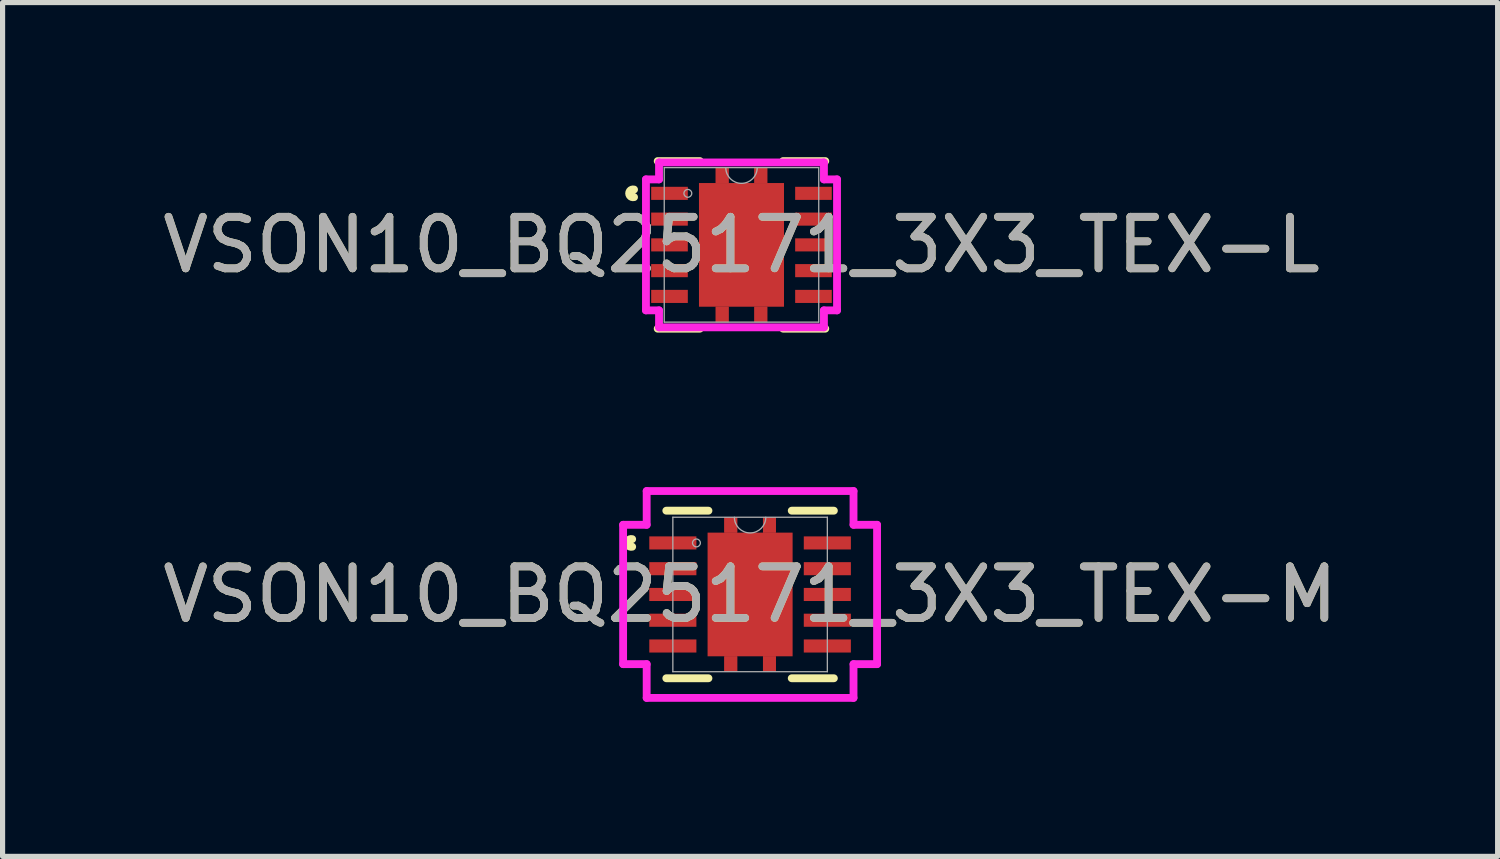
<source format=kicad_pcb>
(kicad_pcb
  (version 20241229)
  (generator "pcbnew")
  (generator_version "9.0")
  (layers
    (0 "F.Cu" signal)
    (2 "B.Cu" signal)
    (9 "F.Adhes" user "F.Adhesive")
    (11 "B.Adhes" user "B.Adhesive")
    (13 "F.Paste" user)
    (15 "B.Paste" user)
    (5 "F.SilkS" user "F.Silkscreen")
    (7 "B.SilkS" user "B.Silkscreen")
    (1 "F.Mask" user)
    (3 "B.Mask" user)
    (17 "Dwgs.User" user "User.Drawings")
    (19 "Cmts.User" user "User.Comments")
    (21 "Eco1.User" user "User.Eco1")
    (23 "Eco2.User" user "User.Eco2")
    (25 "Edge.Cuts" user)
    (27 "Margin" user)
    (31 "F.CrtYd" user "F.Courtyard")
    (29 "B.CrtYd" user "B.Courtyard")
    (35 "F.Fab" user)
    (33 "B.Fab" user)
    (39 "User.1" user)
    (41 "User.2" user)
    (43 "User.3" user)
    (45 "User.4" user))
  (footprint "VSON10_BQ25171_3X3_TEX-M"
    (layer "F.Cu")
    (at 11.506 8.486)
    (property "Reference" "VSON10_BQ25171_3X3_TEX-M" (at 0 0 0) (unlocked yes) (layer "F.SilkS") (effects (font (size 1 1) (thickness 0.15))))
    (attr smd)
    (fp_poly (pts (xy -0.5 -1.2) (xy -0.5 -1.5) (xy -0.25 -1.5) (xy -0.25 -1.2)) (stroke (width 0) (type solid)) (fill yes) (layer "F.Cu"))
    (fp_poly (pts (xy -0.5 -1.2) (xy -0.5 -1.5) (xy -0.25 -1.5) (xy -0.25 -1.2)) (stroke (width 0) (type solid)) (fill yes) (layer "F.Cu"))
    (fp_poly (pts (xy -0.5 1.2) (xy -0.5 1.5) (xy -0.25 1.5) (xy -0.25 1.2)) (stroke (width 0) (type solid)) (fill yes) (layer "F.Cu"))
    (fp_poly (pts (xy -0.5 1.2) (xy -0.5 1.5) (xy -0.25 1.5) (xy -0.25 1.2)) (stroke (width 0) (type solid)) (fill yes) (layer "F.Cu"))
    (fp_poly (pts (xy 0.5 -1.2) (xy 0.5 -1.5) (xy 0.25 -1.5) (xy 0.25 -1.2)) (stroke (width 0) (type solid)) (fill yes) (layer "F.Cu"))
    (fp_poly (pts (xy 0.5 -1.2) (xy 0.5 -1.5) (xy 0.25 -1.5) (xy 0.25 -1.2)) (stroke (width 0) (type solid)) (fill yes) (layer "F.Cu"))
    (fp_poly (pts (xy 0.5 1.2) (xy 0.5 1.5) (xy 0.25 1.5) (xy 0.25 1.2)) (stroke (width 0) (type solid)) (fill yes) (layer "F.Cu"))
    (fp_poly (pts (xy 0.5 1.2) (xy 0.5 1.5) (xy 0.25 1.5) (xy 0.25 1.2)) (stroke (width 0) (type solid)) (fill yes) (layer "F.Cu"))
    (fp_poly (pts (xy -0.5 -1.2) (xy -0.5 -1.5) (xy -0.25 -1.5) (xy -0.25 -1.2)) (stroke (width 0) (type solid)) (fill yes) (layer "F.Mask"))
    (fp_poly (pts (xy -0.5 -1.2) (xy -0.5 -1.5) (xy -0.25 -1.5) (xy -0.25 -1.2)) (stroke (width 0) (type solid)) (fill yes) (layer "F.Mask"))
    (fp_poly (pts (xy -0.5 1.2) (xy -0.5 1.5) (xy -0.25 1.5) (xy -0.25 1.2)) (stroke (width 0) (type solid)) (fill yes) (layer "F.Mask"))
    (fp_poly (pts (xy -0.5 1.2) (xy -0.5 1.5) (xy -0.25 1.5) (xy -0.25 1.2)) (stroke (width 0) (type solid)) (fill yes) (layer "F.Mask"))
    (fp_poly (pts (xy 0.5 -1.2) (xy 0.5 -1.5) (xy 0.25 -1.5) (xy 0.25 -1.2)) (stroke (width 0) (type solid)) (fill yes) (layer "F.Mask"))
    (fp_poly (pts (xy 0.5 -1.2) (xy 0.5 -1.5) (xy 0.25 -1.5) (xy 0.25 -1.2)) (stroke (width 0) (type solid)) (fill yes) (layer "F.Mask"))
    (fp_poly (pts (xy 0.5 1.2) (xy 0.5 1.5) (xy 0.25 1.5) (xy 0.25 1.2)) (stroke (width 0) (type solid)) (fill yes) (layer "F.Mask"))
    (fp_poly (pts (xy 0.5 1.2) (xy 0.5 1.5) (xy 0.25 1.5) (xy 0.25 1.2)) (stroke (width 0) (type solid)) (fill yes) (layer "F.Mask"))
    (fp_line (start -1.626 1.626) (end -0.808 1.626) (stroke (width 0.152) (type solid)) (layer "F.SilkS"))
    (fp_line (start -0.808 -1.626) (end -1.626 -1.626) (stroke (width 0.152) (type solid)) (layer "F.SilkS"))
    (fp_line (start 0.808 1.626) (end 1.626 1.626) (stroke (width 0.152) (type solid)) (layer "F.SilkS"))
    (fp_line (start 1.626 -1.626) (end 0.808 -1.626) (stroke (width 0.152) (type solid)) (layer "F.SilkS"))
    (fp_arc (start -2.28854 -0.926439) (mid -2.383663 -1.000252) (end -2.28854 -1.074065) (stroke (width 0.1524) (type solid)) (layer "F.SilkS"))
    (fp_poly (pts (xy -0.5 -1.2) (xy -0.5 -1.5) (xy -0.25 -1.5) (xy -0.25 -1.2)) (stroke (width 0) (type solid)) (fill yes) (layer "F.Paste"))
    (fp_poly (pts (xy -0.5 -1.2) (xy -0.5 -1.5) (xy -0.25 -1.5) (xy -0.25 -1.2)) (stroke (width 0) (type solid)) (fill yes) (layer "F.Paste"))
    (fp_poly (pts (xy -0.5 1.2) (xy -0.5 1.5) (xy -0.25 1.5) (xy -0.25 1.2)) (stroke (width 0) (type solid)) (fill yes) (layer "F.Paste"))
    (fp_poly (pts (xy -0.5 1.2) (xy -0.5 1.5) (xy -0.25 1.5) (xy -0.25 1.2)) (stroke (width 0) (type solid)) (fill yes) (layer "F.Paste"))
    (fp_poly (pts (xy 0.5 -1.2) (xy 0.5 -1.5) (xy 0.25 -1.5) (xy 0.25 -1.2)) (stroke (width 0) (type solid)) (fill yes) (layer "F.Paste"))
    (fp_poly (pts (xy 0.5 -1.2) (xy 0.5 -1.5) (xy 0.25 -1.5) (xy 0.25 -1.2)) (stroke (width 0) (type solid)) (fill yes) (layer "F.Paste"))
    (fp_poly (pts (xy 0.5 1.2) (xy 0.5 1.5) (xy 0.25 1.5) (xy 0.25 1.2)) (stroke (width 0) (type solid)) (fill yes) (layer "F.Paste"))
    (fp_poly (pts (xy 0.5 1.2) (xy 0.5 1.5) (xy 0.25 1.5) (xy 0.25 1.2)) (stroke (width 0) (type solid)) (fill yes) (layer "F.Paste"))
    (fp_line (start -2.464 -1.352) (end -2.007 -1.352) (stroke (width 0.152) (type solid)) (layer "F.CrtYd"))
    (fp_line (start -2.464 1.352) (end -2.464 -1.352) (stroke (width 0.152) (type solid)) (layer "F.CrtYd"))
    (fp_line (start -2.464 1.352) (end -2.007 1.352) (stroke (width 0.152) (type solid)) (layer "F.CrtYd"))
    (fp_line (start -2.007 -2.007) (end 2.007 -2.007) (stroke (width 0.152) (type solid)) (layer "F.CrtYd"))
    (fp_line (start -2.007 -1.352) (end -2.007 -2.007) (stroke (width 0.152) (type solid)) (layer "F.CrtYd"))
    (fp_line (start -2.007 2.007) (end -2.007 1.352) (stroke (width 0.152) (type solid)) (layer "F.CrtYd"))
    (fp_line (start 2.007 -2.007) (end 2.007 -1.352) (stroke (width 0.152) (type solid)) (layer "F.CrtYd"))
    (fp_line (start 2.007 1.352) (end 2.007 2.007) (stroke (width 0.152) (type solid)) (layer "F.CrtYd"))
    (fp_line (start 2.007 2.007) (end -2.007 2.007) (stroke (width 0.152) (type solid)) (layer "F.CrtYd"))
    (fp_line (start 2.464 -1.352) (end 2.007 -1.352) (stroke (width 0.152) (type solid)) (layer "F.CrtYd"))
    (fp_line (start 2.464 -1.352) (end 2.464 1.352) (stroke (width 0.152) (type solid)) (layer "F.CrtYd"))
    (fp_line (start 2.464 1.352) (end 2.007 1.352) (stroke (width 0.152) (type solid)) (layer "F.CrtYd"))
    (fp_line (start -1.499 -1.499) (end -1.499 1.499) (stroke (width 0.025) (type solid)) (layer "F.Fab"))
    (fp_line (start -1.499 1.499) (end 1.499 1.499) (stroke (width 0.025) (type solid)) (layer "F.Fab"))
    (fp_line (start 1.499 -1.499) (end -1.499 -1.499) (stroke (width 0.025) (type solid)) (layer "F.Fab"))
    (fp_line (start 1.499 1.499) (end 1.499 -1.499) (stroke (width 0.025) (type solid)) (layer "F.Fab"))
    (fp_arc (start 0.3048 -1.4986) (mid 0 -1.1938) (end -0.3048 -1.4986) (stroke (width 0.0254) (type solid)) (layer "F.Fab"))
    (fp_circle (center -1.041 -1) (end -0.965 -1) (stroke (width 0.025) (type solid)) (fill no) (layer "F.Fab"))
    (fp_text user "${REFERENCE}" (at 0 0 0) (unlocked yes) (layer "F.Fab") (effects (font (size 1 1) (thickness 0.15))))
    (pad "1" smd rect (at -1.499 -1) (size 0.914 0.254) (layers "F.Cu" "F.Mask" "F.Paste"))
    (pad "2" smd rect (at -1.499 -0.5) (size 0.914 0.254) (layers "F.Cu" "F.Mask" "F.Paste"))
    (pad "3" smd rect (at -1.499 0) (size 0.914 0.254) (layers "F.Cu" "F.Mask" "F.Paste"))
    (pad "4" smd rect (at -1.499 0.5) (size 0.914 0.254) (layers "F.Cu" "F.Mask" "F.Paste"))
    (pad "5" smd rect (at -1.499 1) (size 0.914 0.254) (layers "F.Cu" "F.Mask" "F.Paste"))
    (pad "6" smd rect (at 1.499 1) (size 0.914 0.254) (layers "F.Cu" "F.Mask" "F.Paste"))
    (pad "7" smd rect (at 1.499 0.5) (size 0.914 0.254) (layers "F.Cu" "F.Mask" "F.Paste"))
    (pad "8" smd rect (at 1.499 0) (size 0.914 0.254) (layers "F.Cu" "F.Mask" "F.Paste"))
    (pad "9" smd rect (at 1.499 -0.5) (size 0.914 0.254) (layers "F.Cu" "F.Mask" "F.Paste"))
    (pad "10" smd rect (at 1.499 -1) (size 0.914 0.254) (layers "F.Cu" "F.Mask" "F.Paste"))
    (pad "11" smd rect (at 0 0) (size 1.65 2.4) (layers "F.Cu" "F.Mask" "F.Paste")))
  (footprint "VSON10_BQ25171_3X3_TEX-L"
    (layer "F.Cu")
    (at 11.339 1.702)
    (property "Reference" "VSON10_BQ25171_3X3_TEX-L" (at 0 0 0) (unlocked yes) (layer "F.SilkS") (effects (font (size 1 1) (thickness 0.15))))
    (attr smd)
    (fp_poly (pts (xy -0.5 -1.2) (xy -0.5 -1.5) (xy -0.25 -1.5) (xy -0.25 -1.2)) (stroke (width 0) (type solid)) (fill yes) (layer "F.Cu"))
    (fp_poly (pts (xy -0.5 -1.2) (xy -0.5 -1.5) (xy -0.25 -1.5) (xy -0.25 -1.2)) (stroke (width 0) (type solid)) (fill yes) (layer "F.Cu"))
    (fp_poly (pts (xy -0.5 1.2) (xy -0.5 1.5) (xy -0.25 1.5) (xy -0.25 1.2)) (stroke (width 0) (type solid)) (fill yes) (layer "F.Cu"))
    (fp_poly (pts (xy -0.5 1.2) (xy -0.5 1.5) (xy -0.25 1.5) (xy -0.25 1.2)) (stroke (width 0) (type solid)) (fill yes) (layer "F.Cu"))
    (fp_poly (pts (xy 0.5 -1.2) (xy 0.5 -1.5) (xy 0.25 -1.5) (xy 0.25 -1.2)) (stroke (width 0) (type solid)) (fill yes) (layer "F.Cu"))
    (fp_poly (pts (xy 0.5 -1.2) (xy 0.5 -1.5) (xy 0.25 -1.5) (xy 0.25 -1.2)) (stroke (width 0) (type solid)) (fill yes) (layer "F.Cu"))
    (fp_poly (pts (xy 0.5 1.2) (xy 0.5 1.5) (xy 0.25 1.5) (xy 0.25 1.2)) (stroke (width 0) (type solid)) (fill yes) (layer "F.Cu"))
    (fp_poly (pts (xy 0.5 1.2) (xy 0.5 1.5) (xy 0.25 1.5) (xy 0.25 1.2)) (stroke (width 0) (type solid)) (fill yes) (layer "F.Cu"))
    (fp_poly (pts (xy -0.5 -1.2) (xy -0.5 -1.5) (xy -0.25 -1.5) (xy -0.25 -1.2)) (stroke (width 0) (type solid)) (fill yes) (layer "F.Mask"))
    (fp_poly (pts (xy -0.5 -1.2) (xy -0.5 -1.5) (xy -0.25 -1.5) (xy -0.25 -1.2)) (stroke (width 0) (type solid)) (fill yes) (layer "F.Mask"))
    (fp_poly (pts (xy -0.5 1.2) (xy -0.5 1.5) (xy -0.25 1.5) (xy -0.25 1.2)) (stroke (width 0) (type solid)) (fill yes) (layer "F.Mask"))
    (fp_poly (pts (xy -0.5 1.2) (xy -0.5 1.5) (xy -0.25 1.5) (xy -0.25 1.2)) (stroke (width 0) (type solid)) (fill yes) (layer "F.Mask"))
    (fp_poly (pts (xy 0.5 -1.2) (xy 0.5 -1.5) (xy 0.25 -1.5) (xy 0.25 -1.2)) (stroke (width 0) (type solid)) (fill yes) (layer "F.Mask"))
    (fp_poly (pts (xy 0.5 -1.2) (xy 0.5 -1.5) (xy 0.25 -1.5) (xy 0.25 -1.2)) (stroke (width 0) (type solid)) (fill yes) (layer "F.Mask"))
    (fp_poly (pts (xy 0.5 1.2) (xy 0.5 1.5) (xy 0.25 1.5) (xy 0.25 1.2)) (stroke (width 0) (type solid)) (fill yes) (layer "F.Mask"))
    (fp_poly (pts (xy 0.5 1.2) (xy 0.5 1.5) (xy 0.25 1.5) (xy 0.25 1.2)) (stroke (width 0) (type solid)) (fill yes) (layer "F.Mask"))
    (fp_line (start -1.626 1.626) (end -0.808 1.626) (stroke (width 0.152) (type solid)) (layer "F.SilkS"))
    (fp_line (start -0.808 -1.626) (end -1.626 -1.626) (stroke (width 0.152) (type solid)) (layer "F.SilkS"))
    (fp_line (start 0.808 1.626) (end 1.626 1.626) (stroke (width 0.152) (type solid)) (layer "F.SilkS"))
    (fp_line (start 1.626 -1.626) (end 0.808 -1.626) (stroke (width 0.152) (type solid)) (layer "F.SilkS"))
    (fp_arc (start -2.08534 -0.926439) (mid -2.180463 -1.000252) (end -2.08534 -1.074065) (stroke (width 0.1524) (type solid)) (layer "F.SilkS"))
    (fp_poly (pts (xy -0.5 -1.2) (xy -0.5 -1.5) (xy -0.25 -1.5) (xy -0.25 -1.2)) (stroke (width 0) (type solid)) (fill yes) (layer "F.Paste"))
    (fp_poly (pts (xy -0.5 -1.2) (xy -0.5 -1.5) (xy -0.25 -1.5) (xy -0.25 -1.2)) (stroke (width 0) (type solid)) (fill yes) (layer "F.Paste"))
    (fp_poly (pts (xy -0.5 1.2) (xy -0.5 1.5) (xy -0.25 1.5) (xy -0.25 1.2)) (stroke (width 0) (type solid)) (fill yes) (layer "F.Paste"))
    (fp_poly (pts (xy -0.5 1.2) (xy -0.5 1.5) (xy -0.25 1.5) (xy -0.25 1.2)) (stroke (width 0) (type solid)) (fill yes) (layer "F.Paste"))
    (fp_poly (pts (xy 0.5 -1.2) (xy 0.5 -1.5) (xy 0.25 -1.5) (xy 0.25 -1.2)) (stroke (width 0) (type solid)) (fill yes) (layer "F.Paste"))
    (fp_poly (pts (xy 0.5 -1.2) (xy 0.5 -1.5) (xy 0.25 -1.5) (xy 0.25 -1.2)) (stroke (width 0) (type solid)) (fill yes) (layer "F.Paste"))
    (fp_poly (pts (xy 0.5 1.2) (xy 0.5 1.5) (xy 0.25 1.5) (xy 0.25 1.2)) (stroke (width 0) (type solid)) (fill yes) (layer "F.Paste"))
    (fp_poly (pts (xy 0.5 1.2) (xy 0.5 1.5) (xy 0.25 1.5) (xy 0.25 1.2)) (stroke (width 0) (type solid)) (fill yes) (layer "F.Paste"))
    (fp_line (start -1.854 -1.271) (end -1.6 -1.271) (stroke (width 0.152) (type solid)) (layer "F.CrtYd"))
    (fp_line (start -1.854 1.271) (end -1.854 -1.271) (stroke (width 0.152) (type solid)) (layer "F.CrtYd"))
    (fp_line (start -1.854 1.271) (end -1.6 1.271) (stroke (width 0.152) (type solid)) (layer "F.CrtYd"))
    (fp_line (start -1.6 -1.6) (end 1.6 -1.6) (stroke (width 0.152) (type solid)) (layer "F.CrtYd"))
    (fp_line (start -1.6 -1.271) (end -1.6 -1.6) (stroke (width 0.152) (type solid)) (layer "F.CrtYd"))
    (fp_line (start -1.6 1.6) (end -1.6 1.271) (stroke (width 0.152) (type solid)) (layer "F.CrtYd"))
    (fp_line (start 1.6 -1.6) (end 1.6 -1.271) (stroke (width 0.152) (type solid)) (layer "F.CrtYd"))
    (fp_line (start 1.6 1.271) (end 1.6 1.6) (stroke (width 0.152) (type solid)) (layer "F.CrtYd"))
    (fp_line (start 1.6 1.6) (end -1.6 1.6) (stroke (width 0.152) (type solid)) (layer "F.CrtYd"))
    (fp_line (start 1.854 -1.271) (end 1.6 -1.271) (stroke (width 0.152) (type solid)) (layer "F.CrtYd"))
    (fp_line (start 1.854 -1.271) (end 1.854 1.271) (stroke (width 0.152) (type solid)) (layer "F.CrtYd"))
    (fp_line (start 1.854 1.271) (end 1.6 1.271) (stroke (width 0.152) (type solid)) (layer "F.CrtYd"))
    (fp_line (start -1.499 -1.499) (end -1.499 1.499) (stroke (width 0.025) (type solid)) (layer "F.Fab"))
    (fp_line (start -1.499 1.499) (end 1.499 1.499) (stroke (width 0.025) (type solid)) (layer "F.Fab"))
    (fp_line (start 1.499 -1.499) (end -1.499 -1.499) (stroke (width 0.025) (type solid)) (layer "F.Fab"))
    (fp_line (start 1.499 1.499) (end 1.499 -1.499) (stroke (width 0.025) (type solid)) (layer "F.Fab"))
    (fp_arc (start 0.3048 -1.4986) (mid 0 -1.1938) (end -0.3048 -1.4986) (stroke (width 0.0254) (type solid)) (layer "F.Fab"))
    (fp_circle (center -1.041 -1) (end -0.965 -1) (stroke (width 0.025) (type solid)) (fill no) (layer "F.Fab"))
    (fp_text user "${REFERENCE}" (at 0 0 0) (unlocked yes) (layer "F.Fab") (effects (font (size 1 1) (thickness 0.15))))
    (pad "1" smd rect (at -1.397 -1) (size 0.711 0.254) (layers "F.Cu" "F.Mask" "F.Paste"))
    (pad "2" smd rect (at -1.397 -0.5) (size 0.711 0.254) (layers "F.Cu" "F.Mask" "F.Paste"))
    (pad "3" smd rect (at -1.397 0) (size 0.711 0.254) (layers "F.Cu" "F.Mask" "F.Paste"))
    (pad "4" smd rect (at -1.397 0.5) (size 0.711 0.254) (layers "F.Cu" "F.Mask" "F.Paste"))
    (pad "5" smd rect (at -1.397 1) (size 0.711 0.254) (layers "F.Cu" "F.Mask" "F.Paste"))
    (pad "6" smd rect (at 1.397 1) (size 0.711 0.254) (layers "F.Cu" "F.Mask" "F.Paste"))
    (pad "7" smd rect (at 1.397 0.5) (size 0.711 0.254) (layers "F.Cu" "F.Mask" "F.Paste"))
    (pad "8" smd rect (at 1.397 0) (size 0.711 0.254) (layers "F.Cu" "F.Mask" "F.Paste"))
    (pad "9" smd rect (at 1.397 -0.5) (size 0.711 0.254) (layers "F.Cu" "F.Mask" "F.Paste"))
    (pad "10" smd rect (at 1.397 -1) (size 0.711 0.254) (layers "F.Cu" "F.Mask" "F.Paste"))
    (pad "11" smd rect (at 0 0) (size 1.65 2.4) (layers "F.Cu" "F.Mask" "F.Paste")))
  (gr_rect
    (start -3 -3)
    (end 26.012 13.569)
    (stroke (width 0.1) (type default))
    (fill no)
    (layer "Edge.Cuts")))
</source>
